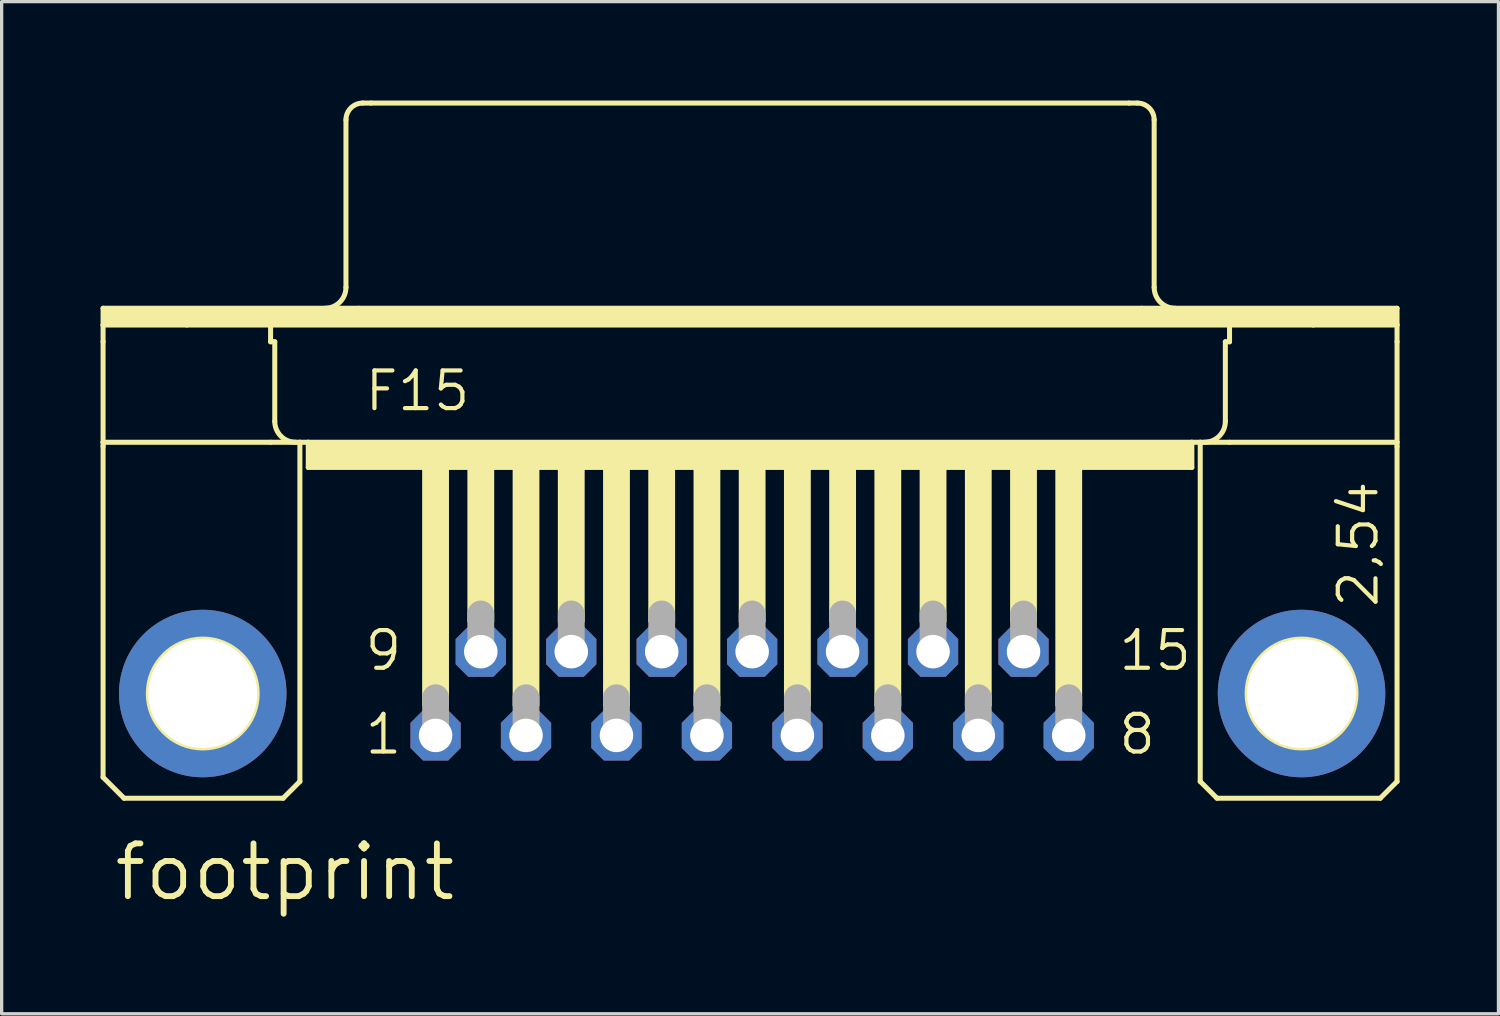
<source format=kicad_pcb>
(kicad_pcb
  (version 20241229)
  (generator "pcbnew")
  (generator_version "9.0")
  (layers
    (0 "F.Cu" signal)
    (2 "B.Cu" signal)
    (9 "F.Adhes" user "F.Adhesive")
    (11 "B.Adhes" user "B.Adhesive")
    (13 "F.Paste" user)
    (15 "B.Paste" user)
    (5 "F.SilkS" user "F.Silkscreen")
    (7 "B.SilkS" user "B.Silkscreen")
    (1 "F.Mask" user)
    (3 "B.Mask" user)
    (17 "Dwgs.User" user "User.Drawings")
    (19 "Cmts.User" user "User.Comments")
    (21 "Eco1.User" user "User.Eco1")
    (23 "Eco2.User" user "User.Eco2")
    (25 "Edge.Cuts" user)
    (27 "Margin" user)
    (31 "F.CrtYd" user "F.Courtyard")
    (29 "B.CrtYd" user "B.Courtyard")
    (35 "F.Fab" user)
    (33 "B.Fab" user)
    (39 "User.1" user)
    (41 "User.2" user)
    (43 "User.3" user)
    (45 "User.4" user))
  (footprint "footprint"
    (layer "F.Cu")
    (at 19.761 17.983)
    (property "Reference" "footprint" (at -19.431 6.35 0) (layer "F.SilkS") (effects (font (size 1.6 1.6) (thickness 0.178)) (justify left bottom)))
    (fp_line (start -19.685 -11.684) (end -11.938 -11.684) (stroke (width 0.152) (type solid)) (layer "F.SilkS"))
    (fp_line (start -19.685 -11.176) (end -19.685 -11.684) (stroke (width 0.152) (type solid)) (layer "F.SilkS"))
    (fp_line (start -19.685 -11.176) (end -17.145 -11.176) (stroke (width 0.152) (type solid)) (layer "F.SilkS"))
    (fp_line (start -19.685 -10.668) (end -19.685 -11.176) (stroke (width 0.152) (type solid)) (layer "F.SilkS"))
    (fp_line (start -19.685 -7.62) (end -19.685 -10.668) (stroke (width 0.152) (type solid)) (layer "F.SilkS"))
    (fp_line (start -19.685 -7.62) (end -19.685 -7.493) (stroke (width 0.152) (type solid)) (layer "F.SilkS"))
    (fp_line (start -19.685 -7.62) (end -14.605 -7.62) (stroke (width 0.152) (type solid)) (layer "F.SilkS"))
    (fp_line (start -19.685 2.54) (end -19.685 -7.493) (stroke (width 0.152) (type solid)) (layer "F.SilkS"))
    (fp_line (start -19.05 3.175) (end -19.685 2.54) (stroke (width 0.152) (type solid)) (layer "F.SilkS"))
    (fp_line (start -17.145 -11.176) (end -14.605 -11.176) (stroke (width 0.152) (type solid)) (layer "F.SilkS"))
    (fp_line (start -14.605 -11.176) (end 14.478 -11.176) (stroke (width 0.152) (type solid)) (layer "F.SilkS"))
    (fp_line (start -14.605 -10.668) (end -14.605 -11.176) (stroke (width 0.152) (type solid)) (layer "F.SilkS"))
    (fp_line (start -14.605 -10.668) (end -14.478 -10.668) (stroke (width 0.152) (type solid)) (layer "F.SilkS"))
    (fp_line (start -14.605 -7.62) (end -13.716 -7.62) (stroke (width 0.152) (type solid)) (layer "F.SilkS"))
    (fp_line (start -14.478 -8.255) (end -14.478 -10.668) (stroke (width 0.152) (type solid)) (layer "F.SilkS"))
    (fp_line (start -14.224 3.175) (end -19.05 3.175) (stroke (width 0.152) (type solid)) (layer "F.SilkS"))
    (fp_line (start -14.224 3.175) (end -13.716 2.667) (stroke (width 0.152) (type solid)) (layer "F.SilkS"))
    (fp_line (start -13.716 -7.62) (end -13.462 -7.62) (stroke (width 0.152) (type solid)) (layer "F.SilkS"))
    (fp_line (start -13.716 2.667) (end -13.716 -7.62) (stroke (width 0.152) (type solid)) (layer "F.SilkS"))
    (fp_line (start -13.462 -7.62) (end -13.462 -6.858) (stroke (width 0.152) (type solid)) (layer "F.SilkS"))
    (fp_line (start -13.462 -7.62) (end 13.335 -7.62) (stroke (width 0.152) (type solid)) (layer "F.SilkS"))
    (fp_line (start -13.462 -6.858) (end 13.335 -6.858) (stroke (width 0.152) (type solid)) (layer "F.SilkS"))
    (fp_line (start -12.319 -12.319) (end -12.319 -17.399) (stroke (width 0.152) (type solid)) (layer "F.SilkS"))
    (fp_line (start -11.938 -11.684) (end 11.811 -11.684) (stroke (width 0.152) (type solid)) (layer "F.SilkS"))
    (fp_line (start -11.811 -17.907) (end -11.557 -17.907) (stroke (width 0.152) (type solid)) (layer "F.SilkS"))
    (fp_line (start -11.557 -17.907) (end 11.43 -17.907) (stroke (width 0.152) (type solid)) (layer "F.SilkS"))
    (fp_line (start 11.43 -17.907) (end 11.684 -17.907) (stroke (width 0.152) (type solid)) (layer "F.SilkS"))
    (fp_line (start 11.811 -11.684) (end 19.558 -11.684) (stroke (width 0.152) (type solid)) (layer "F.SilkS"))
    (fp_line (start 12.192 -12.319) (end 12.192 -17.399) (stroke (width 0.152) (type solid)) (layer "F.SilkS"))
    (fp_line (start 13.335 -7.62) (end 13.335 -6.858) (stroke (width 0.152) (type solid)) (layer "F.SilkS"))
    (fp_line (start 13.335 -7.62) (end 13.589 -7.62) (stroke (width 0.152) (type solid)) (layer "F.SilkS"))
    (fp_line (start 13.589 -7.62) (end 14.478 -7.62) (stroke (width 0.152) (type solid)) (layer "F.SilkS"))
    (fp_line (start 13.589 2.667) (end 13.589 -7.62) (stroke (width 0.152) (type solid)) (layer "F.SilkS"))
    (fp_line (start 13.589 2.667) (end 14.097 3.175) (stroke (width 0.152) (type solid)) (layer "F.SilkS"))
    (fp_line (start 14.097 3.175) (end 19.05 3.175) (stroke (width 0.152) (type solid)) (layer "F.SilkS"))
    (fp_line (start 14.351 -10.668) (end 14.478 -10.668) (stroke (width 0.152) (type solid)) (layer "F.SilkS"))
    (fp_line (start 14.351 -8.255) (end 14.351 -10.668) (stroke (width 0.152) (type solid)) (layer "F.SilkS"))
    (fp_line (start 14.478 -11.176) (end 17.018 -11.176) (stroke (width 0.152) (type solid)) (layer "F.SilkS"))
    (fp_line (start 14.478 -10.668) (end 14.478 -11.176) (stroke (width 0.152) (type solid)) (layer "F.SilkS"))
    (fp_line (start 14.478 -7.62) (end 19.558 -7.62) (stroke (width 0.152) (type solid)) (layer "F.SilkS"))
    (fp_line (start 17.018 -11.176) (end 19.558 -11.176) (stroke (width 0.152) (type solid)) (layer "F.SilkS"))
    (fp_line (start 19.05 3.175) (end 19.558 2.667) (stroke (width 0.152) (type solid)) (layer "F.SilkS"))
    (fp_line (start 19.558 -11.684) (end 19.558 -11.176) (stroke (width 0.152) (type solid)) (layer "F.SilkS"))
    (fp_line (start 19.558 -11.176) (end 19.558 -10.668) (stroke (width 0.152) (type solid)) (layer "F.SilkS"))
    (fp_line (start 19.558 -10.668) (end 19.558 -7.62) (stroke (width 0.152) (type solid)) (layer "F.SilkS"))
    (fp_line (start 19.558 -7.62) (end 19.558 -7.493) (stroke (width 0.152) (type solid)) (layer "F.SilkS"))
    (fp_line (start 19.558 2.667) (end 19.558 -7.493) (stroke (width 0.152) (type solid)) (layer "F.SilkS"))
    (fp_arc (start -13.843 -7.62) (mid -14.292013 -7.805987) (end -14.478 -8.255) (stroke (width 0.1524) (type solid)) (layer "F.SilkS"))
    (fp_arc (start -12.319 -17.399) (mid -12.17021 -17.75821) (end -11.811 -17.907) (stroke (width 0.1524) (type solid)) (layer "F.SilkS"))
    (fp_arc (start -12.319 -12.319) (mid -12.504987 -11.869987) (end -12.954 -11.684) (stroke (width 0.1524) (type solid)) (layer "F.SilkS"))
    (fp_arc (start 11.684 -17.907) (mid 12.04321 -17.75821) (end 12.192 -17.399) (stroke (width 0.1524) (type solid)) (layer "F.SilkS"))
    (fp_arc (start 12.827 -11.684) (mid 12.377987 -11.869987) (end 12.192 -12.319) (stroke (width 0.1524) (type solid)) (layer "F.SilkS"))
    (fp_arc (start 14.351 -8.255) (mid 14.165013 -7.805987) (end 13.716 -7.62) (stroke (width 0.1524) (type solid)) (layer "F.SilkS"))
    (fp_circle (center -16.662 0) (end -15.011 0) (stroke (width 0.152) (type solid)) (fill no) (layer "F.SilkS"))
    (fp_circle (center 16.662 0) (end 18.313 0) (stroke (width 0.152) (type solid)) (fill no) (layer "F.SilkS"))
    (fp_poly (pts (xy -19.685 -11.176) (xy 19.558 -11.176) (xy 19.558 -11.684) (xy -19.685 -11.684)) (stroke (width 0) (type solid)) (fill yes) (layer "F.SilkS"))
    (fp_poly (pts (xy -13.462 -6.858) (xy 13.335 -6.858) (xy 13.335 -7.62) (xy -13.462 -7.62)) (stroke (width 0) (type solid)) (fill yes) (layer "F.SilkS"))
    (fp_poly (pts (xy -10.008 0.381) (xy -9.195 0.381) (xy -9.195 -6.858) (xy -10.008 -6.858)) (stroke (width 0) (type solid)) (fill yes) (layer "F.SilkS"))
    (fp_poly (pts (xy -8.636 -2.159) (xy -7.823 -2.159) (xy -7.823 -6.858) (xy -8.636 -6.858)) (stroke (width 0) (type solid)) (fill yes) (layer "F.SilkS"))
    (fp_poly (pts (xy -7.264 0.381) (xy -6.452 0.381) (xy -6.452 -6.858) (xy -7.264 -6.858)) (stroke (width 0) (type solid)) (fill yes) (layer "F.SilkS"))
    (fp_poly (pts (xy -5.893 -2.159) (xy -5.08 -2.159) (xy -5.08 -6.858) (xy -5.893 -6.858)) (stroke (width 0) (type solid)) (fill yes) (layer "F.SilkS"))
    (fp_poly (pts (xy -4.521 0.381) (xy -3.708 0.381) (xy -3.708 -6.858) (xy -4.521 -6.858)) (stroke (width 0) (type solid)) (fill yes) (layer "F.SilkS"))
    (fp_poly (pts (xy -3.15 -2.159) (xy -2.337 -2.159) (xy -2.337 -6.858) (xy -3.15 -6.858)) (stroke (width 0) (type solid)) (fill yes) (layer "F.SilkS"))
    (fp_poly (pts (xy -1.778 0.381) (xy -0.965 0.381) (xy -0.965 -6.858) (xy -1.778 -6.858)) (stroke (width 0) (type solid)) (fill yes) (layer "F.SilkS"))
    (fp_poly (pts (xy -0.406 -2.159) (xy 0.406 -2.159) (xy 0.406 -6.858) (xy -0.406 -6.858)) (stroke (width 0) (type solid)) (fill yes) (layer "F.SilkS"))
    (fp_poly (pts (xy 0.965 0.381) (xy 1.778 0.381) (xy 1.778 -6.858) (xy 0.965 -6.858)) (stroke (width 0) (type solid)) (fill yes) (layer "F.SilkS"))
    (fp_poly (pts (xy 2.337 -2.159) (xy 3.15 -2.159) (xy 3.15 -6.858) (xy 2.337 -6.858)) (stroke (width 0) (type solid)) (fill yes) (layer "F.SilkS"))
    (fp_poly (pts (xy 3.708 0.381) (xy 4.521 0.381) (xy 4.521 -6.858) (xy 3.708 -6.858)) (stroke (width 0) (type solid)) (fill yes) (layer "F.SilkS"))
    (fp_poly (pts (xy 5.08 -2.159) (xy 5.893 -2.159) (xy 5.893 -6.858) (xy 5.08 -6.858)) (stroke (width 0) (type solid)) (fill yes) (layer "F.SilkS"))
    (fp_poly (pts (xy 6.452 0.381) (xy 7.264 0.381) (xy 7.264 -6.858) (xy 6.452 -6.858)) (stroke (width 0) (type solid)) (fill yes) (layer "F.SilkS"))
    (fp_poly (pts (xy 7.823 -2.159) (xy 8.636 -2.159) (xy 8.636 -6.858) (xy 7.823 -6.858)) (stroke (width 0) (type solid)) (fill yes) (layer "F.SilkS"))
    (fp_poly (pts (xy 9.195 0.381) (xy 10.008 0.381) (xy 10.008 -6.858) (xy 9.195 -6.858)) (stroke (width 0) (type solid)) (fill yes) (layer "F.SilkS"))
    (fp_line (start -9.601 1.143) (end -9.601 0.127) (stroke (width 0.813) (type solid)) (layer "F.Fab"))
    (fp_line (start -8.23 -1.397) (end -8.23 -2.413) (stroke (width 0.813) (type solid)) (layer "F.Fab"))
    (fp_line (start -6.858 1.143) (end -6.858 0.127) (stroke (width 0.813) (type solid)) (layer "F.Fab"))
    (fp_line (start -5.486 -1.397) (end -5.486 -2.413) (stroke (width 0.813) (type solid)) (layer "F.Fab"))
    (fp_line (start -4.115 1.143) (end -4.115 0.127) (stroke (width 0.813) (type solid)) (layer "F.Fab"))
    (fp_line (start -2.743 -1.397) (end -2.743 -2.413) (stroke (width 0.813) (type solid)) (layer "F.Fab"))
    (fp_line (start -1.372 1.143) (end -1.372 0.127) (stroke (width 0.813) (type solid)) (layer "F.Fab"))
    (fp_line (start 0 -1.397) (end 0 -2.413) (stroke (width 0.813) (type solid)) (layer "F.Fab"))
    (fp_line (start 1.372 1.143) (end 1.372 0.127) (stroke (width 0.813) (type solid)) (layer "F.Fab"))
    (fp_line (start 2.743 -1.397) (end 2.743 -2.413) (stroke (width 0.813) (type solid)) (layer "F.Fab"))
    (fp_line (start 4.115 1.143) (end 4.115 0.127) (stroke (width 0.813) (type solid)) (layer "F.Fab"))
    (fp_line (start 5.486 -1.397) (end 5.486 -2.413) (stroke (width 0.813) (type solid)) (layer "F.Fab"))
    (fp_line (start 6.858 1.143) (end 6.858 0.127) (stroke (width 0.813) (type solid)) (layer "F.Fab"))
    (fp_line (start 8.23 -1.397) (end 8.23 -2.413) (stroke (width 0.813) (type solid)) (layer "F.Fab"))
    (fp_line (start 9.601 1.143) (end 9.601 0.127) (stroke (width 0.813) (type solid)) (layer "F.Fab"))
    (fp_text user "1" (at -11.811 1.905 0) (layer "F.SilkS") (effects (font (size 1.143 1.143) (thickness 0.127)) (justify left bottom)))
    (fp_text user "8" (at 11.049 1.905 0) (layer "F.SilkS") (effects (font (size 1.143 1.143) (thickness 0.127)) (justify left bottom)))
    (fp_text user "15" (at 11.049 -0.635 0) (layer "F.SilkS") (effects (font (size 1.143 1.143) (thickness 0.127)) (justify left bottom)))
    (fp_text user "9" (at -11.811 -0.635 0) (layer "F.SilkS") (effects (font (size 1.143 1.143) (thickness 0.127)) (justify left bottom)))
    (fp_text user "F15" (at -11.811 -8.509 0) (layer "F.SilkS") (effects (font (size 1.143 1.143) (thickness 0.127)) (justify left bottom)))
    (fp_text user "2,54" (at 19.05 -2.54 90) (layer "F.SilkS") (effects (font (size 1.143 1.143) (thickness 0.127)) (justify left bottom)))
    (pad "1" thru_hole roundrect (at -9.601 1.27) (size 1.524 1.524) (drill 1.016) (layers "*.Cu" "*.Mask") (roundrect_rratio 0.25) (chamfer_ratio 0.25) (chamfer top_left top_right bottom_left bottom_right))
    (pad "2" thru_hole roundrect (at -6.858 1.27) (size 1.524 1.524) (drill 1.016) (layers "*.Cu" "*.Mask") (roundrect_rratio 0.25) (chamfer_ratio 0.25) (chamfer top_left top_right bottom_left bottom_right))
    (pad "3" thru_hole roundrect (at -4.115 1.27) (size 1.524 1.524) (drill 1.016) (layers "*.Cu" "*.Mask") (roundrect_rratio 0.25) (chamfer_ratio 0.25) (chamfer top_left top_right bottom_left bottom_right))
    (pad "4" thru_hole roundrect (at -1.372 1.27) (size 1.524 1.524) (drill 1.016) (layers "*.Cu" "*.Mask") (roundrect_rratio 0.25) (chamfer_ratio 0.25) (chamfer top_left top_right bottom_left bottom_right))
    (pad "5" thru_hole roundrect (at 1.372 1.27) (size 1.524 1.524) (drill 1.016) (layers "*.Cu" "*.Mask") (roundrect_rratio 0.25) (chamfer_ratio 0.25) (chamfer top_left top_right bottom_left bottom_right))
    (pad "6" thru_hole roundrect (at 4.115 1.27) (size 1.524 1.524) (drill 1.016) (layers "*.Cu" "*.Mask") (roundrect_rratio 0.25) (chamfer_ratio 0.25) (chamfer top_left top_right bottom_left bottom_right))
    (pad "7" thru_hole roundrect (at 6.858 1.27) (size 1.524 1.524) (drill 1.016) (layers "*.Cu" "*.Mask") (roundrect_rratio 0.25) (chamfer_ratio 0.25) (chamfer top_left top_right bottom_left bottom_right))
    (pad "8" thru_hole roundrect (at 9.601 1.27) (size 1.524 1.524) (drill 1.016) (layers "*.Cu" "*.Mask") (roundrect_rratio 0.25) (chamfer_ratio 0.25) (chamfer top_left top_right bottom_left bottom_right))
    (pad "9" thru_hole roundrect (at -8.23 -1.27) (size 1.524 1.524) (drill 1.016) (layers "*.Cu" "*.Mask") (roundrect_rratio 0.25) (chamfer_ratio 0.25) (chamfer top_left top_right bottom_left bottom_right))
    (pad "10" thru_hole roundrect (at -5.486 -1.27) (size 1.524 1.524) (drill 1.016) (layers "*.Cu" "*.Mask") (roundrect_rratio 0.25) (chamfer_ratio 0.25) (chamfer top_left top_right bottom_left bottom_right))
    (pad "11" thru_hole roundrect (at -2.743 -1.27) (size 1.524 1.524) (drill 1.016) (layers "*.Cu" "*.Mask") (roundrect_rratio 0.25) (chamfer_ratio 0.25) (chamfer top_left top_right bottom_left bottom_right))
    (pad "12" thru_hole roundrect (at 0 -1.27) (size 1.524 1.524) (drill 1.016) (layers "*.Cu" "*.Mask") (roundrect_rratio 0.25) (chamfer_ratio 0.25) (chamfer top_left top_right bottom_left bottom_right))
    (pad "13" thru_hole roundrect (at 2.743 -1.27) (size 1.524 1.524) (drill 1.016) (layers "*.Cu" "*.Mask") (roundrect_rratio 0.25) (chamfer_ratio 0.25) (chamfer top_left top_right bottom_left bottom_right))
    (pad "14" thru_hole roundrect (at 5.486 -1.27) (size 1.524 1.524) (drill 1.016) (layers "*.Cu" "*.Mask") (roundrect_rratio 0.25) (chamfer_ratio 0.25) (chamfer top_left top_right bottom_left bottom_right))
    (pad "15" thru_hole roundrect (at 8.23 -1.27) (size 1.524 1.524) (drill 1.016) (layers "*.Cu" "*.Mask") (roundrect_rratio 0.25) (chamfer_ratio 0.25) (chamfer top_left top_right bottom_left bottom_right))
    (pad "G1" thru_hole circle (at -16.662 0) (size 5.08 5.08) (drill 3.302) (layers "*.Cu" "*.Mask"))
    (pad "G2" thru_hole circle (at 16.662 0) (size 5.08 5.08) (drill 3.302) (layers "*.Cu" "*.Mask")))
  (gr_rect
    (start -3 -3)
    (end 42.395 27.696)
    (stroke (width 0.1) (type default))
    (fill no)
    (layer "Edge.Cuts")))
</source>
